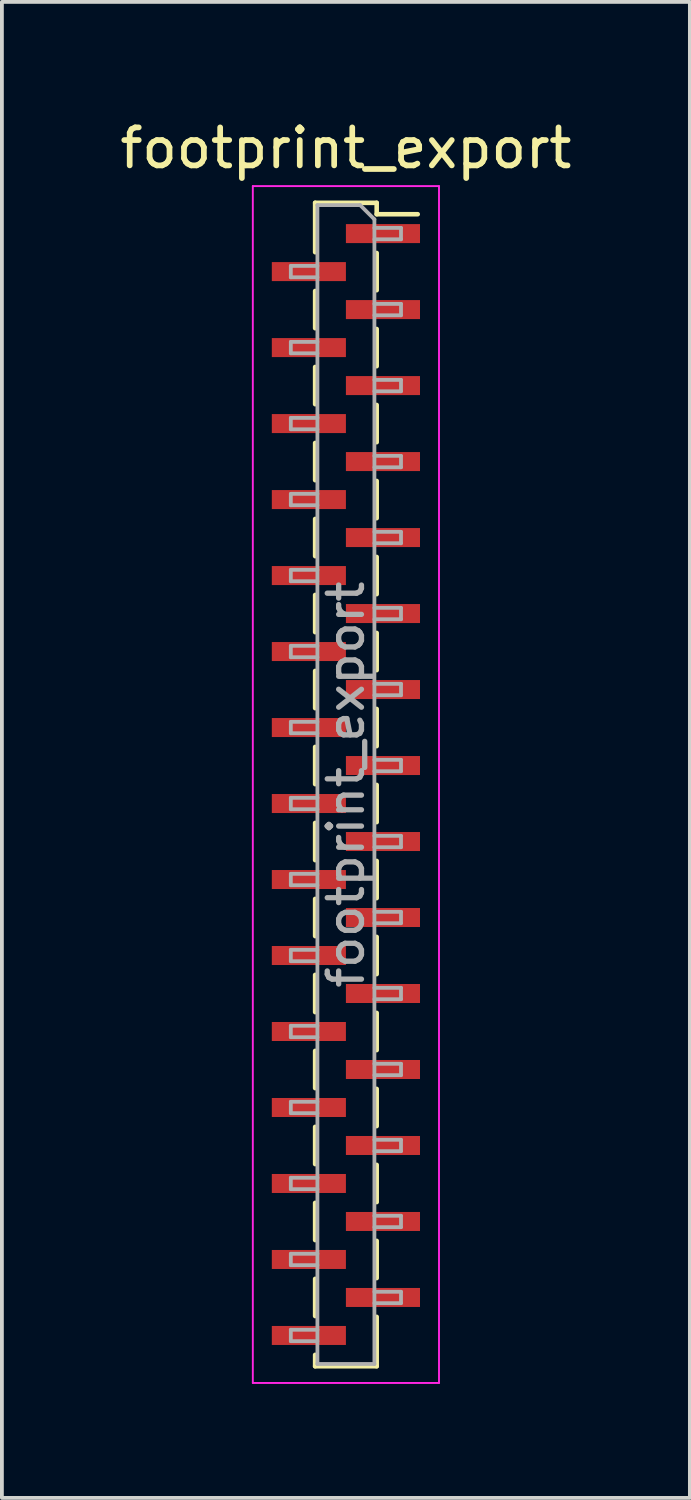
<source format=kicad_pcb>
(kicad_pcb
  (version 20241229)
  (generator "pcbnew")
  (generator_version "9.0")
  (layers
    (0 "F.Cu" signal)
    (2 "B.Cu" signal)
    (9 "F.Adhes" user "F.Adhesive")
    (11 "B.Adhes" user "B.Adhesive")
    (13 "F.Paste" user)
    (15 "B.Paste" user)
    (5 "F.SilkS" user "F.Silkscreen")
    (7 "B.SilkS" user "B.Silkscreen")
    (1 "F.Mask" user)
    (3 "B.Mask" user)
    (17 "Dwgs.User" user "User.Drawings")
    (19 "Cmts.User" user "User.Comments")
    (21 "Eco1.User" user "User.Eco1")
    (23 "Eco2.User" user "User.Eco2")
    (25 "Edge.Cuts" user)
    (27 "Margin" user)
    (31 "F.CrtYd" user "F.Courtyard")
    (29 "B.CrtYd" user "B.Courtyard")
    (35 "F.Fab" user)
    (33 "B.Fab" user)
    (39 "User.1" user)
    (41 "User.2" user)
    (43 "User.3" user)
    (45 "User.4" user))
  (footprint "footprint_export"
    (layer "F.Cu")
    (at 6.054 17.598)
    (property "Reference" "footprint_export" (at 0 -16.75 0) (layer "F.SilkS") (effects (font (size 1 1) (thickness 0.15))))
    (attr smd)
    (fp_line (start -0.81 -15.31) (end -0.81 -14.01) (stroke (width 0.12) (type solid)) (layer "F.SilkS"))
    (fp_line (start -0.81 -15.31) (end 0.81 -15.31) (stroke (width 0.12) (type solid)) (layer "F.SilkS"))
    (fp_line (start -0.81 -12.99) (end -0.81 -12.01) (stroke (width 0.12) (type solid)) (layer "F.SilkS"))
    (fp_line (start -0.81 -10.99) (end -0.81 -10.01) (stroke (width 0.12) (type solid)) (layer "F.SilkS"))
    (fp_line (start -0.81 -8.99) (end -0.81 -8.01) (stroke (width 0.12) (type solid)) (layer "F.SilkS"))
    (fp_line (start -0.81 -6.99) (end -0.81 -6.01) (stroke (width 0.12) (type solid)) (layer "F.SilkS"))
    (fp_line (start -0.81 -4.99) (end -0.81 -4.01) (stroke (width 0.12) (type solid)) (layer "F.SilkS"))
    (fp_line (start -0.81 -2.99) (end -0.81 -2.01) (stroke (width 0.12) (type solid)) (layer "F.SilkS"))
    (fp_line (start -0.81 -0.99) (end -0.81 -0.01) (stroke (width 0.12) (type solid)) (layer "F.SilkS"))
    (fp_line (start -0.81 1.01) (end -0.81 1.99) (stroke (width 0.12) (type solid)) (layer "F.SilkS"))
    (fp_line (start -0.81 3.01) (end -0.81 3.99) (stroke (width 0.12) (type solid)) (layer "F.SilkS"))
    (fp_line (start -0.81 5.01) (end -0.81 5.99) (stroke (width 0.12) (type solid)) (layer "F.SilkS"))
    (fp_line (start -0.81 7.01) (end -0.81 7.99) (stroke (width 0.12) (type solid)) (layer "F.SilkS"))
    (fp_line (start -0.81 9.01) (end -0.81 9.99) (stroke (width 0.12) (type solid)) (layer "F.SilkS"))
    (fp_line (start -0.81 11.01) (end -0.81 11.99) (stroke (width 0.12) (type solid)) (layer "F.SilkS"))
    (fp_line (start -0.81 13.01) (end -0.81 13.99) (stroke (width 0.12) (type solid)) (layer "F.SilkS"))
    (fp_line (start -0.81 15.01) (end -0.81 15.31) (stroke (width 0.12) (type solid)) (layer "F.SilkS"))
    (fp_line (start -0.81 15.31) (end 0.81 15.31) (stroke (width 0.12) (type solid)) (layer "F.SilkS"))
    (fp_line (start 0.81 -15.31) (end 0.81 -15.01) (stroke (width 0.12) (type solid)) (layer "F.SilkS"))
    (fp_line (start 0.81 -15.01) (end 1.89 -15.01) (stroke (width 0.12) (type solid)) (layer "F.SilkS"))
    (fp_line (start 0.81 -13.99) (end 0.81 -13.01) (stroke (width 0.12) (type solid)) (layer "F.SilkS"))
    (fp_line (start 0.81 -11.99) (end 0.81 -11.01) (stroke (width 0.12) (type solid)) (layer "F.SilkS"))
    (fp_line (start 0.81 -9.99) (end 0.81 -9.01) (stroke (width 0.12) (type solid)) (layer "F.SilkS"))
    (fp_line (start 0.81 -7.99) (end 0.81 -7.01) (stroke (width 0.12) (type solid)) (layer "F.SilkS"))
    (fp_line (start 0.81 -5.99) (end 0.81 -5.01) (stroke (width 0.12) (type solid)) (layer "F.SilkS"))
    (fp_line (start 0.81 -3.99) (end 0.81 -3.01) (stroke (width 0.12) (type solid)) (layer "F.SilkS"))
    (fp_line (start 0.81 -1.99) (end 0.81 -1.01) (stroke (width 0.12) (type solid)) (layer "F.SilkS"))
    (fp_line (start 0.81 0.01) (end 0.81 0.99) (stroke (width 0.12) (type solid)) (layer "F.SilkS"))
    (fp_line (start 0.81 2.01) (end 0.81 2.99) (stroke (width 0.12) (type solid)) (layer "F.SilkS"))
    (fp_line (start 0.81 4.01) (end 0.81 4.99) (stroke (width 0.12) (type solid)) (layer "F.SilkS"))
    (fp_line (start 0.81 6.01) (end 0.81 6.99) (stroke (width 0.12) (type solid)) (layer "F.SilkS"))
    (fp_line (start 0.81 8.01) (end 0.81 8.99) (stroke (width 0.12) (type solid)) (layer "F.SilkS"))
    (fp_line (start 0.81 10.01) (end 0.81 10.99) (stroke (width 0.12) (type solid)) (layer "F.SilkS"))
    (fp_line (start 0.81 12.01) (end 0.81 12.99) (stroke (width 0.12) (type solid)) (layer "F.SilkS"))
    (fp_line (start 0.81 14.01) (end 0.81 15.31) (stroke (width 0.12) (type solid)) (layer "F.SilkS"))
    (fp_line (start -2.45 -15.75) (end 2.45 -15.75) (stroke (width 0.05) (type solid)) (layer "F.CrtYd"))
    (fp_line (start -2.45 15.75) (end -2.45 -15.75) (stroke (width 0.05) (type solid)) (layer "F.CrtYd"))
    (fp_line (start 2.45 -15.75) (end 2.45 15.75) (stroke (width 0.05) (type solid)) (layer "F.CrtYd"))
    (fp_line (start 2.45 15.75) (end -2.45 15.75) (stroke (width 0.05) (type solid)) (layer "F.CrtYd"))
    (fp_line (start -1.45 -13.65) (end -0.75 -13.65) (stroke (width 0.1) (type solid)) (layer "F.Fab"))
    (fp_line (start -1.45 -13.35) (end -1.45 -13.65) (stroke (width 0.1) (type solid)) (layer "F.Fab"))
    (fp_line (start -1.45 -11.65) (end -0.75 -11.65) (stroke (width 0.1) (type solid)) (layer "F.Fab"))
    (fp_line (start -1.45 -11.35) (end -1.45 -11.65) (stroke (width 0.1) (type solid)) (layer "F.Fab"))
    (fp_line (start -1.45 -9.65) (end -0.75 -9.65) (stroke (width 0.1) (type solid)) (layer "F.Fab"))
    (fp_line (start -1.45 -9.35) (end -1.45 -9.65) (stroke (width 0.1) (type solid)) (layer "F.Fab"))
    (fp_line (start -1.45 -7.65) (end -0.75 -7.65) (stroke (width 0.1) (type solid)) (layer "F.Fab"))
    (fp_line (start -1.45 -7.35) (end -1.45 -7.65) (stroke (width 0.1) (type solid)) (layer "F.Fab"))
    (fp_line (start -1.45 -5.65) (end -0.75 -5.65) (stroke (width 0.1) (type solid)) (layer "F.Fab"))
    (fp_line (start -1.45 -5.35) (end -1.45 -5.65) (stroke (width 0.1) (type solid)) (layer "F.Fab"))
    (fp_line (start -1.45 -3.65) (end -0.75 -3.65) (stroke (width 0.1) (type solid)) (layer "F.Fab"))
    (fp_line (start -1.45 -3.35) (end -1.45 -3.65) (stroke (width 0.1) (type solid)) (layer "F.Fab"))
    (fp_line (start -1.45 -1.65) (end -0.75 -1.65) (stroke (width 0.1) (type solid)) (layer "F.Fab"))
    (fp_line (start -1.45 -1.35) (end -1.45 -1.65) (stroke (width 0.1) (type solid)) (layer "F.Fab"))
    (fp_line (start -1.45 0.35) (end -0.75 0.35) (stroke (width 0.1) (type solid)) (layer "F.Fab"))
    (fp_line (start -1.45 0.65) (end -1.45 0.35) (stroke (width 0.1) (type solid)) (layer "F.Fab"))
    (fp_line (start -1.45 2.35) (end -0.75 2.35) (stroke (width 0.1) (type solid)) (layer "F.Fab"))
    (fp_line (start -1.45 2.65) (end -1.45 2.35) (stroke (width 0.1) (type solid)) (layer "F.Fab"))
    (fp_line (start -1.45 4.35) (end -0.75 4.35) (stroke (width 0.1) (type solid)) (layer "F.Fab"))
    (fp_line (start -1.45 4.65) (end -1.45 4.35) (stroke (width 0.1) (type solid)) (layer "F.Fab"))
    (fp_line (start -1.45 6.35) (end -0.75 6.35) (stroke (width 0.1) (type solid)) (layer "F.Fab"))
    (fp_line (start -1.45 6.65) (end -1.45 6.35) (stroke (width 0.1) (type solid)) (layer "F.Fab"))
    (fp_line (start -1.45 8.35) (end -0.75 8.35) (stroke (width 0.1) (type solid)) (layer "F.Fab"))
    (fp_line (start -1.45 8.65) (end -1.45 8.35) (stroke (width 0.1) (type solid)) (layer "F.Fab"))
    (fp_line (start -1.45 10.35) (end -0.75 10.35) (stroke (width 0.1) (type solid)) (layer "F.Fab"))
    (fp_line (start -1.45 10.65) (end -1.45 10.35) (stroke (width 0.1) (type solid)) (layer "F.Fab"))
    (fp_line (start -1.45 12.35) (end -0.75 12.35) (stroke (width 0.1) (type solid)) (layer "F.Fab"))
    (fp_line (start -1.45 12.65) (end -1.45 12.35) (stroke (width 0.1) (type solid)) (layer "F.Fab"))
    (fp_line (start -1.45 14.35) (end -0.75 14.35) (stroke (width 0.1) (type solid)) (layer "F.Fab"))
    (fp_line (start -1.45 14.65) (end -1.45 14.35) (stroke (width 0.1) (type solid)) (layer "F.Fab"))
    (fp_line (start -0.75 -15.25) (end 0.375 -15.25) (stroke (width 0.1) (type solid)) (layer "F.Fab"))
    (fp_line (start -0.75 -13.35) (end -1.45 -13.35) (stroke (width 0.1) (type solid)) (layer "F.Fab"))
    (fp_line (start -0.75 -11.35) (end -1.45 -11.35) (stroke (width 0.1) (type solid)) (layer "F.Fab"))
    (fp_line (start -0.75 -9.35) (end -1.45 -9.35) (stroke (width 0.1) (type solid)) (layer "F.Fab"))
    (fp_line (start -0.75 -7.35) (end -1.45 -7.35) (stroke (width 0.1) (type solid)) (layer "F.Fab"))
    (fp_line (start -0.75 -5.35) (end -1.45 -5.35) (stroke (width 0.1) (type solid)) (layer "F.Fab"))
    (fp_line (start -0.75 -3.35) (end -1.45 -3.35) (stroke (width 0.1) (type solid)) (layer "F.Fab"))
    (fp_line (start -0.75 -1.35) (end -1.45 -1.35) (stroke (width 0.1) (type solid)) (layer "F.Fab"))
    (fp_line (start -0.75 0.65) (end -1.45 0.65) (stroke (width 0.1) (type solid)) (layer "F.Fab"))
    (fp_line (start -0.75 2.65) (end -1.45 2.65) (stroke (width 0.1) (type solid)) (layer "F.Fab"))
    (fp_line (start -0.75 4.65) (end -1.45 4.65) (stroke (width 0.1) (type solid)) (layer "F.Fab"))
    (fp_line (start -0.75 6.65) (end -1.45 6.65) (stroke (width 0.1) (type solid)) (layer "F.Fab"))
    (fp_line (start -0.75 8.65) (end -1.45 8.65) (stroke (width 0.1) (type solid)) (layer "F.Fab"))
    (fp_line (start -0.75 10.65) (end -1.45 10.65) (stroke (width 0.1) (type solid)) (layer "F.Fab"))
    (fp_line (start -0.75 12.65) (end -1.45 12.65) (stroke (width 0.1) (type solid)) (layer "F.Fab"))
    (fp_line (start -0.75 14.65) (end -1.45 14.65) (stroke (width 0.1) (type solid)) (layer "F.Fab"))
    (fp_line (start -0.75 15.25) (end -0.75 -15.25) (stroke (width 0.1) (type solid)) (layer "F.Fab"))
    (fp_line (start 0.375 -15.25) (end 0.75 -14.875) (stroke (width 0.1) (type solid)) (layer "F.Fab"))
    (fp_line (start 0.75 -14.875) (end 0.75 15.25) (stroke (width 0.1) (type solid)) (layer "F.Fab"))
    (fp_line (start 0.75 -14.65) (end 1.45 -14.65) (stroke (width 0.1) (type solid)) (layer "F.Fab"))
    (fp_line (start 0.75 -12.65) (end 1.45 -12.65) (stroke (width 0.1) (type solid)) (layer "F.Fab"))
    (fp_line (start 0.75 -10.65) (end 1.45 -10.65) (stroke (width 0.1) (type solid)) (layer "F.Fab"))
    (fp_line (start 0.75 -8.65) (end 1.45 -8.65) (stroke (width 0.1) (type solid)) (layer "F.Fab"))
    (fp_line (start 0.75 -6.65) (end 1.45 -6.65) (stroke (width 0.1) (type solid)) (layer "F.Fab"))
    (fp_line (start 0.75 -4.65) (end 1.45 -4.65) (stroke (width 0.1) (type solid)) (layer "F.Fab"))
    (fp_line (start 0.75 -2.65) (end 1.45 -2.65) (stroke (width 0.1) (type solid)) (layer "F.Fab"))
    (fp_line (start 0.75 -0.65) (end 1.45 -0.65) (stroke (width 0.1) (type solid)) (layer "F.Fab"))
    (fp_line (start 0.75 1.35) (end 1.45 1.35) (stroke (width 0.1) (type solid)) (layer "F.Fab"))
    (fp_line (start 0.75 3.35) (end 1.45 3.35) (stroke (width 0.1) (type solid)) (layer "F.Fab"))
    (fp_line (start 0.75 5.35) (end 1.45 5.35) (stroke (width 0.1) (type solid)) (layer "F.Fab"))
    (fp_line (start 0.75 7.35) (end 1.45 7.35) (stroke (width 0.1) (type solid)) (layer "F.Fab"))
    (fp_line (start 0.75 9.35) (end 1.45 9.35) (stroke (width 0.1) (type solid)) (layer "F.Fab"))
    (fp_line (start 0.75 11.35) (end 1.45 11.35) (stroke (width 0.1) (type solid)) (layer "F.Fab"))
    (fp_line (start 0.75 13.35) (end 1.45 13.35) (stroke (width 0.1) (type solid)) (layer "F.Fab"))
    (fp_line (start 0.75 15.25) (end -0.75 15.25) (stroke (width 0.1) (type solid)) (layer "F.Fab"))
    (fp_line (start 1.45 -14.65) (end 1.45 -14.35) (stroke (width 0.1) (type solid)) (layer "F.Fab"))
    (fp_line (start 1.45 -14.35) (end 0.75 -14.35) (stroke (width 0.1) (type solid)) (layer "F.Fab"))
    (fp_line (start 1.45 -12.65) (end 1.45 -12.35) (stroke (width 0.1) (type solid)) (layer "F.Fab"))
    (fp_line (start 1.45 -12.35) (end 0.75 -12.35) (stroke (width 0.1) (type solid)) (layer "F.Fab"))
    (fp_line (start 1.45 -10.65) (end 1.45 -10.35) (stroke (width 0.1) (type solid)) (layer "F.Fab"))
    (fp_line (start 1.45 -10.35) (end 0.75 -10.35) (stroke (width 0.1) (type solid)) (layer "F.Fab"))
    (fp_line (start 1.45 -8.65) (end 1.45 -8.35) (stroke (width 0.1) (type solid)) (layer "F.Fab"))
    (fp_line (start 1.45 -8.35) (end 0.75 -8.35) (stroke (width 0.1) (type solid)) (layer "F.Fab"))
    (fp_line (start 1.45 -6.65) (end 1.45 -6.35) (stroke (width 0.1) (type solid)) (layer "F.Fab"))
    (fp_line (start 1.45 -6.35) (end 0.75 -6.35) (stroke (width 0.1) (type solid)) (layer "F.Fab"))
    (fp_line (start 1.45 -4.65) (end 1.45 -4.35) (stroke (width 0.1) (type solid)) (layer "F.Fab"))
    (fp_line (start 1.45 -4.35) (end 0.75 -4.35) (stroke (width 0.1) (type solid)) (layer "F.Fab"))
    (fp_line (start 1.45 -2.65) (end 1.45 -2.35) (stroke (width 0.1) (type solid)) (layer "F.Fab"))
    (fp_line (start 1.45 -2.35) (end 0.75 -2.35) (stroke (width 0.1) (type solid)) (layer "F.Fab"))
    (fp_line (start 1.45 -0.65) (end 1.45 -0.35) (stroke (width 0.1) (type solid)) (layer "F.Fab"))
    (fp_line (start 1.45 -0.35) (end 0.75 -0.35) (stroke (width 0.1) (type solid)) (layer "F.Fab"))
    (fp_line (start 1.45 1.35) (end 1.45 1.65) (stroke (width 0.1) (type solid)) (layer "F.Fab"))
    (fp_line (start 1.45 1.65) (end 0.75 1.65) (stroke (width 0.1) (type solid)) (layer "F.Fab"))
    (fp_line (start 1.45 3.35) (end 1.45 3.65) (stroke (width 0.1) (type solid)) (layer "F.Fab"))
    (fp_line (start 1.45 3.65) (end 0.75 3.65) (stroke (width 0.1) (type solid)) (layer "F.Fab"))
    (fp_line (start 1.45 5.35) (end 1.45 5.65) (stroke (width 0.1) (type solid)) (layer "F.Fab"))
    (fp_line (start 1.45 5.65) (end 0.75 5.65) (stroke (width 0.1) (type solid)) (layer "F.Fab"))
    (fp_line (start 1.45 7.35) (end 1.45 7.65) (stroke (width 0.1) (type solid)) (layer "F.Fab"))
    (fp_line (start 1.45 7.65) (end 0.75 7.65) (stroke (width 0.1) (type solid)) (layer "F.Fab"))
    (fp_line (start 1.45 9.35) (end 1.45 9.65) (stroke (width 0.1) (type solid)) (layer "F.Fab"))
    (fp_line (start 1.45 9.65) (end 0.75 9.65) (stroke (width 0.1) (type solid)) (layer "F.Fab"))
    (fp_line (start 1.45 11.35) (end 1.45 11.65) (stroke (width 0.1) (type solid)) (layer "F.Fab"))
    (fp_line (start 1.45 11.65) (end 0.75 11.65) (stroke (width 0.1) (type solid)) (layer "F.Fab"))
    (fp_line (start 1.45 13.35) (end 1.45 13.65) (stroke (width 0.1) (type solid)) (layer "F.Fab"))
    (fp_line (start 1.45 13.65) (end 0.75 13.65) (stroke (width 0.1) (type solid)) (layer "F.Fab"))
    (fp_text user "${REFERENCE}" (at 0 0 90) (layer "F.Fab") (effects (font (size 0.9 0.9) (thickness 0.14))))
    (pad "1" smd rect (at 0.975 -14.5) (size 1.95 0.5) (layers "F.Cu" "F.Mask" "F.Paste"))
    (pad "2" smd rect (at -0.975 -13.5) (size 1.95 0.5) (layers "F.Cu" "F.Mask" "F.Paste"))
    (pad "3" smd rect (at 0.975 -12.5) (size 1.95 0.5) (layers "F.Cu" "F.Mask" "F.Paste"))
    (pad "4" smd rect (at -0.975 -11.5) (size 1.95 0.5) (layers "F.Cu" "F.Mask" "F.Paste"))
    (pad "5" smd rect (at 0.975 -10.5) (size 1.95 0.5) (layers "F.Cu" "F.Mask" "F.Paste"))
    (pad "6" smd rect (at -0.975 -9.5) (size 1.95 0.5) (layers "F.Cu" "F.Mask" "F.Paste"))
    (pad "7" smd rect (at 0.975 -8.5) (size 1.95 0.5) (layers "F.Cu" "F.Mask" "F.Paste"))
    (pad "8" smd rect (at -0.975 -7.5) (size 1.95 0.5) (layers "F.Cu" "F.Mask" "F.Paste"))
    (pad "9" smd rect (at 0.975 -6.5) (size 1.95 0.5) (layers "F.Cu" "F.Mask" "F.Paste"))
    (pad "10" smd rect (at -0.975 -5.5) (size 1.95 0.5) (layers "F.Cu" "F.Mask" "F.Paste"))
    (pad "11" smd rect (at 0.975 -4.5) (size 1.95 0.5) (layers "F.Cu" "F.Mask" "F.Paste"))
    (pad "12" smd rect (at -0.975 -3.5) (size 1.95 0.5) (layers "F.Cu" "F.Mask" "F.Paste"))
    (pad "13" smd rect (at 0.975 -2.5) (size 1.95 0.5) (layers "F.Cu" "F.Mask" "F.Paste"))
    (pad "14" smd rect (at -0.975 -1.5) (size 1.95 0.5) (layers "F.Cu" "F.Mask" "F.Paste"))
    (pad "15" smd rect (at 0.975 -0.5) (size 1.95 0.5) (layers "F.Cu" "F.Mask" "F.Paste"))
    (pad "16" smd rect (at -0.975 0.5) (size 1.95 0.5) (layers "F.Cu" "F.Mask" "F.Paste"))
    (pad "17" smd rect (at 0.975 1.5) (size 1.95 0.5) (layers "F.Cu" "F.Mask" "F.Paste"))
    (pad "18" smd rect (at -0.975 2.5) (size 1.95 0.5) (layers "F.Cu" "F.Mask" "F.Paste"))
    (pad "19" smd rect (at 0.975 3.5) (size 1.95 0.5) (layers "F.Cu" "F.Mask" "F.Paste"))
    (pad "20" smd rect (at -0.975 4.5) (size 1.95 0.5) (layers "F.Cu" "F.Mask" "F.Paste"))
    (pad "21" smd rect (at 0.975 5.5) (size 1.95 0.5) (layers "F.Cu" "F.Mask" "F.Paste"))
    (pad "22" smd rect (at -0.975 6.5) (size 1.95 0.5) (layers "F.Cu" "F.Mask" "F.Paste"))
    (pad "23" smd rect (at 0.975 7.5) (size 1.95 0.5) (layers "F.Cu" "F.Mask" "F.Paste"))
    (pad "24" smd rect (at -0.975 8.5) (size 1.95 0.5) (layers "F.Cu" "F.Mask" "F.Paste"))
    (pad "25" smd rect (at 0.975 9.5) (size 1.95 0.5) (layers "F.Cu" "F.Mask" "F.Paste"))
    (pad "26" smd rect (at -0.975 10.5) (size 1.95 0.5) (layers "F.Cu" "F.Mask" "F.Paste"))
    (pad "27" smd rect (at 0.975 11.5) (size 1.95 0.5) (layers "F.Cu" "F.Mask" "F.Paste"))
    (pad "28" smd rect (at -0.975 12.5) (size 1.95 0.5) (layers "F.Cu" "F.Mask" "F.Paste"))
    (pad "29" smd rect (at 0.975 13.5) (size 1.95 0.5) (layers "F.Cu" "F.Mask" "F.Paste"))
    (pad "30" smd rect (at -0.975 14.5) (size 1.95 0.5) (layers "F.Cu" "F.Mask" "F.Paste")))
  (gr_rect
    (start -3 -3)
    (end 15.107 36.373)
    (stroke (width 0.1) (type default))
    (fill no)
    (layer "Edge.Cuts")))
</source>
